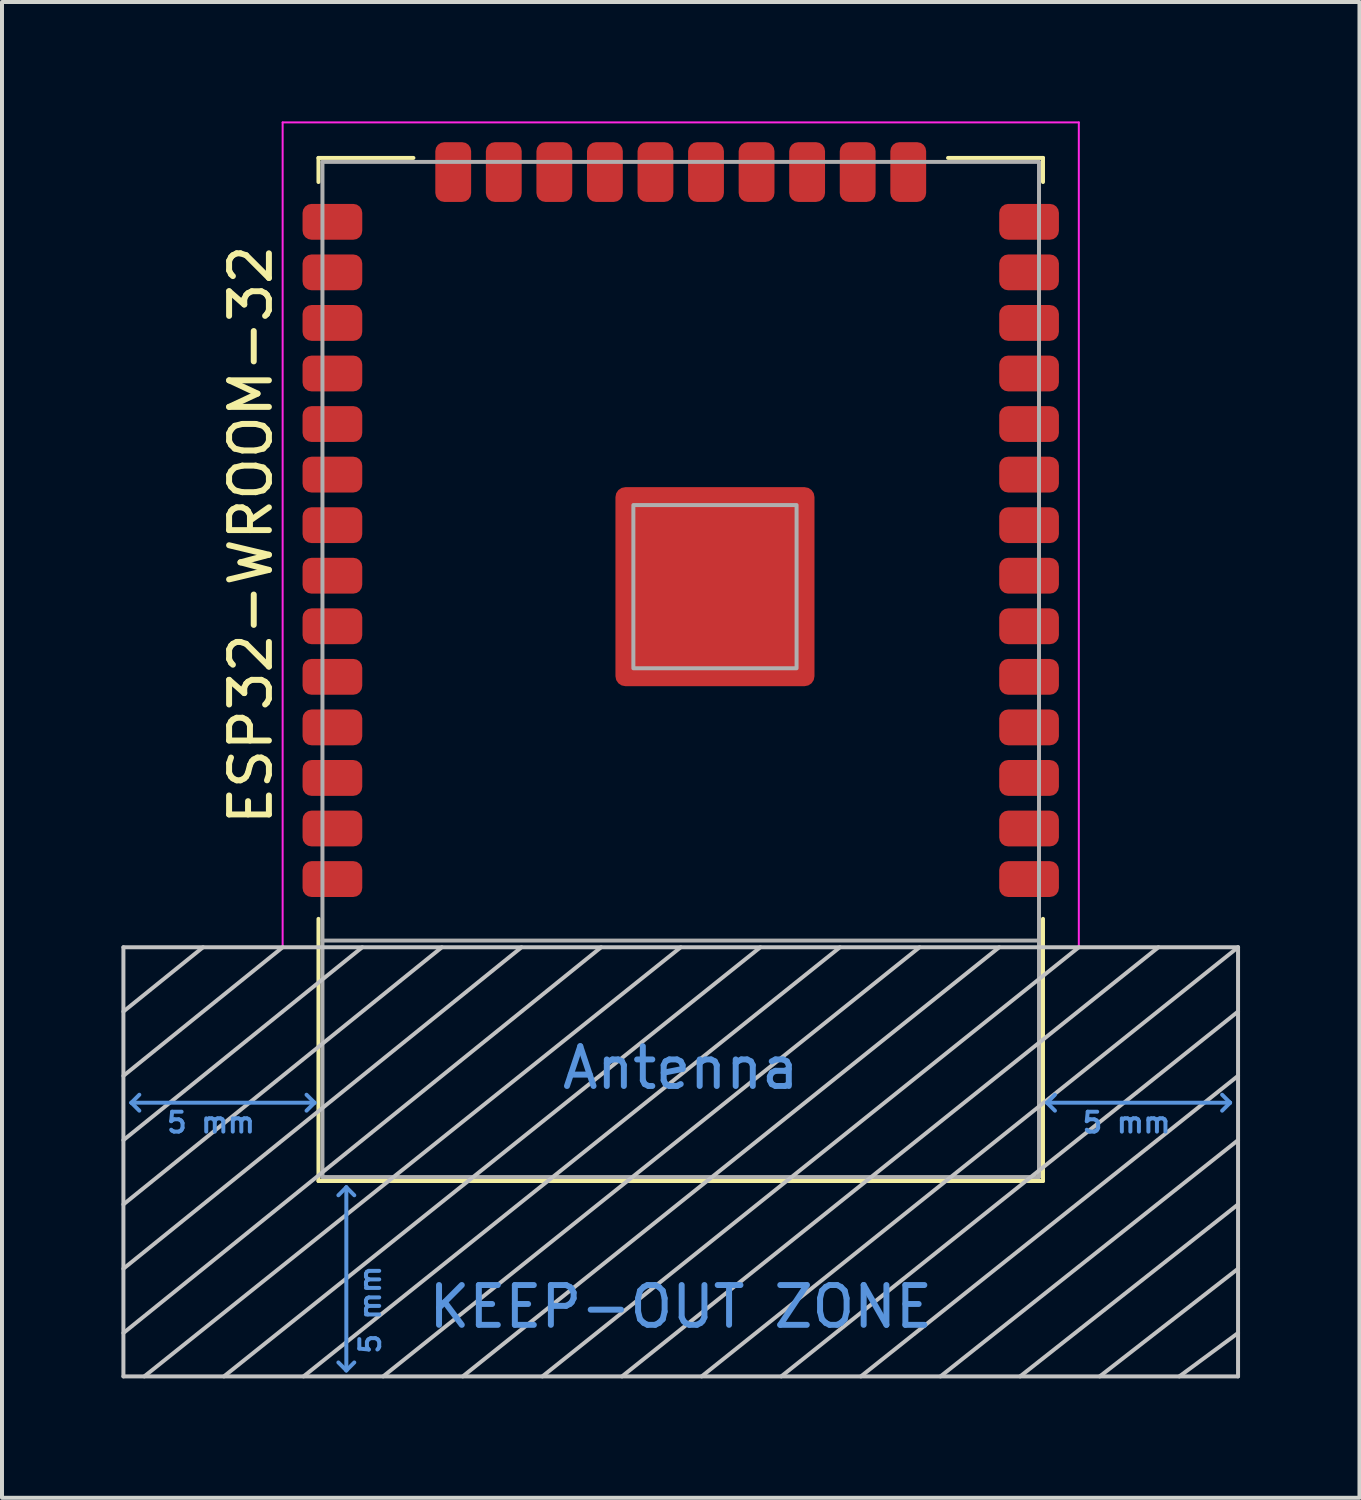
<source format=kicad_pcb>
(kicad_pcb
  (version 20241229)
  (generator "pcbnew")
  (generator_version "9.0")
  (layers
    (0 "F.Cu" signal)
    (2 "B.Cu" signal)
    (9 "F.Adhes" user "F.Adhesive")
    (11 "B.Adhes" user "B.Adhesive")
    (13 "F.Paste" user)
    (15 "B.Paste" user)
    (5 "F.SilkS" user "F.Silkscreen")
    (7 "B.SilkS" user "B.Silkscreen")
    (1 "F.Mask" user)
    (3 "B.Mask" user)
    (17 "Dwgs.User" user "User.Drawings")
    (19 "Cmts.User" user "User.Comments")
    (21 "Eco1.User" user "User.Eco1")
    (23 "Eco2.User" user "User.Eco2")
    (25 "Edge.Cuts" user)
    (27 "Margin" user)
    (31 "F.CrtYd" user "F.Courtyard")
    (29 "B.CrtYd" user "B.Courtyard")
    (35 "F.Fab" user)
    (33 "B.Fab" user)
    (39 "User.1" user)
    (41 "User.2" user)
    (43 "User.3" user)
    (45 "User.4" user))
  (footprint "ESP32-WROOM-32"
    (layer "F.Cu")
    (at 14.08 10.189)
    (property "Reference" "ESP32-WROOM-32" (at -10.83 0.196 90) (layer "F.SilkS") (effects (font (size 1 1) (thickness 0.15))))
    (attr smd)
    (fp_line (start -9.13 -9.272) (end -6.745 -9.272) (stroke (width 0.1) (type solid)) (layer "F.SilkS"))
    (fp_line (start -9.13 -8.667) (end -9.13 -9.272) (stroke (width 0.1) (type solid)) (layer "F.SilkS"))
    (fp_line (start -9.13 16.428) (end -9.13 9.843) (stroke (width 0.1) (type solid)) (layer "F.SilkS"))
    (fp_line (start 9.07 -9.272) (end 6.685 -9.272) (stroke (width 0.1) (type solid)) (layer "F.SilkS"))
    (fp_line (start 9.07 -8.667) (end 9.07 -9.272) (stroke (width 0.1) (type solid)) (layer "F.SilkS"))
    (fp_line (start 9.07 16.428) (end -9.13 16.428) (stroke (width 0.1) (type solid)) (layer "F.SilkS"))
    (fp_line (start 9.07 16.428) (end 9.07 9.843) (stroke (width 0.1) (type solid)) (layer "F.SilkS"))
    (fp_line (start -14.03 10.556) (end -14.03 21.336) (stroke (width 0.1) (type solid)) (layer "Dwgs.User"))
    (fp_line (start -14.03 10.556) (end 13.97 10.556) (stroke (width 0.1) (type solid)) (layer "Dwgs.User"))
    (fp_line (start -14.03 12.171) (end -12.03 10.556) (stroke (width 0.1) (type solid)) (layer "Dwgs.User"))
    (fp_line (start -14.03 13.786) (end -10.03 10.556) (stroke (width 0.1) (type solid)) (layer "Dwgs.User"))
    (fp_line (start -14.03 15.401) (end -8.03 10.556) (stroke (width 0.1) (type solid)) (layer "Dwgs.User"))
    (fp_line (start -14.03 17.016) (end -6.03 10.556) (stroke (width 0.1) (type solid)) (layer "Dwgs.User"))
    (fp_line (start -14.03 18.631) (end -4.03 10.556) (stroke (width 0.1) (type solid)) (layer "Dwgs.User"))
    (fp_line (start -14.03 20.246) (end -2.03 10.556) (stroke (width 0.1) (type solid)) (layer "Dwgs.User"))
    (fp_line (start -14.03 21.336) (end 13.97 21.336) (stroke (width 0.1) (type solid)) (layer "Dwgs.User"))
    (fp_line (start -13.505 21.336) (end -0.03 10.556) (stroke (width 0.1) (type solid)) (layer "Dwgs.User"))
    (fp_line (start -11.505 21.336) (end 1.97 10.556) (stroke (width 0.1) (type solid)) (layer "Dwgs.User"))
    (fp_line (start -9.505 21.336) (end 3.97 10.556) (stroke (width 0.1) (type solid)) (layer "Dwgs.User"))
    (fp_line (start -7.505 21.336) (end 5.97 10.556) (stroke (width 0.1) (type solid)) (layer "Dwgs.User"))
    (fp_line (start -3.505 21.336) (end 9.97 10.556) (stroke (width 0.1) (type solid)) (layer "Dwgs.User"))
    (fp_line (start -1.505 21.336) (end 11.97 10.556) (stroke (width 0.1) (type solid)) (layer "Dwgs.User"))
    (fp_line (start 0.495 21.336) (end 13.97 10.556) (stroke (width 0.1) (type solid)) (layer "Dwgs.User"))
    (fp_line (start 2.495 21.336) (end 13.97 12.171) (stroke (width 0.1) (type solid)) (layer "Dwgs.User"))
    (fp_line (start 4.495 21.336) (end 13.97 13.786) (stroke (width 0.1) (type solid)) (layer "Dwgs.User"))
    (fp_line (start 6.495 21.336) (end 13.97 15.401) (stroke (width 0.1) (type solid)) (layer "Dwgs.User"))
    (fp_line (start 7.97 10.556) (end -5.505 21.336) (stroke (width 0.1) (type solid)) (layer "Dwgs.User"))
    (fp_line (start 8.495 21.336) (end 13.97 17.016) (stroke (width 0.1) (type solid)) (layer "Dwgs.User"))
    (fp_line (start 10.495 21.336) (end 13.97 18.631) (stroke (width 0.1) (type solid)) (layer "Dwgs.User"))
    (fp_line (start 12.495 21.336) (end 13.97 20.246) (stroke (width 0.1) (type solid)) (layer "Dwgs.User"))
    (fp_line (start 13.97 10.556) (end 13.97 21.336) (stroke (width 0.1) (type solid)) (layer "Dwgs.User"))
    (fp_line (start -13.83 14.461) (end -13.63 14.261) (stroke (width 0.1) (type solid)) (layer "Cmts.User"))
    (fp_line (start -13.83 14.461) (end -13.63 14.661) (stroke (width 0.1) (type solid)) (layer "Cmts.User"))
    (fp_line (start -9.23 14.461) (end -13.83 14.461) (stroke (width 0.1) (type solid)) (layer "Cmts.User"))
    (fp_line (start -9.23 14.461) (end -9.43 14.261) (stroke (width 0.1) (type solid)) (layer "Cmts.User"))
    (fp_line (start -9.23 14.461) (end -9.43 14.661) (stroke (width 0.1) (type solid)) (layer "Cmts.User"))
    (fp_line (start -8.43 16.586) (end -8.63 16.786) (stroke (width 0.1) (type solid)) (layer "Cmts.User"))
    (fp_line (start -8.43 16.586) (end -8.43 21.186) (stroke (width 0.1) (type solid)) (layer "Cmts.User"))
    (fp_line (start -8.43 16.586) (end -8.23 16.786) (stroke (width 0.1) (type solid)) (layer "Cmts.User"))
    (fp_line (start -8.43 21.186) (end -8.63 20.986) (stroke (width 0.1) (type solid)) (layer "Cmts.User"))
    (fp_line (start -8.43 21.186) (end -8.23 20.986) (stroke (width 0.1) (type solid)) (layer "Cmts.User"))
    (fp_line (start 9.17 14.461) (end 9.37 14.261) (stroke (width 0.1) (type solid)) (layer "Cmts.User"))
    (fp_line (start 9.17 14.461) (end 9.37 14.661) (stroke (width 0.1) (type solid)) (layer "Cmts.User"))
    (fp_line (start 13.77 14.461) (end 9.17 14.461) (stroke (width 0.1) (type solid)) (layer "Cmts.User"))
    (fp_line (start 13.77 14.461) (end 13.57 14.261) (stroke (width 0.1) (type solid)) (layer "Cmts.User"))
    (fp_line (start 13.77 14.461) (end 13.57 14.661) (stroke (width 0.1) (type solid)) (layer "Cmts.User"))
    (fp_line (start -14.03 21.336) (end -14.03 10.556) (stroke (width 0.05) (type solid)) (layer "F.CrtYd"))
    (fp_line (start -10.03 10.556) (end -14.03 10.556) (stroke (width 0.05) (type solid)) (layer "F.CrtYd"))
    (fp_line (start -10.03 10.556) (end -10.03 -10.164) (stroke (width 0.05) (type solid)) (layer "F.CrtYd"))
    (fp_line (start 9.97 -10.164) (end -10.03 -10.164) (stroke (width 0.05) (type solid)) (layer "F.CrtYd"))
    (fp_line (start 9.97 -10.164) (end 9.97 10.556) (stroke (width 0.05) (type solid)) (layer "F.CrtYd"))
    (fp_line (start 13.97 10.556) (end 9.97 10.556) (stroke (width 0.05) (type solid)) (layer "F.CrtYd"))
    (fp_line (start 13.97 21.336) (end -14.03 21.336) (stroke (width 0.05) (type solid)) (layer "F.CrtYd"))
    (fp_line (start 13.97 21.336) (end 13.97 10.556) (stroke (width 0.05) (type solid)) (layer "F.CrtYd"))
    (fp_line (start -9.03 -9.172) (end -9.03 16.328) (stroke (width 0.1) (type solid)) (layer "F.Fab"))
    (fp_line (start 8.97 -9.172) (end -9.03 -9.172) (stroke (width 0.1) (type solid)) (layer "F.Fab"))
    (fp_line (start 8.97 10.388) (end -9.03 10.388) (stroke (width 0.1) (type solid)) (layer "F.Fab"))
    (fp_line (start 8.97 16.328) (end -9.03 16.328) (stroke (width 0.1) (type solid)) (layer "F.Fab"))
    (fp_line (start 8.97 16.328) (end 8.97 -9.172) (stroke (width 0.1) (type solid)) (layer "F.Fab"))
    (fp_poly (pts (xy -1.22 -0.552) (xy -1.22 3.548) (xy 2.88 3.548) (xy 2.88 -0.552)) (stroke (width 0.1) (type solid)) (fill no) (layer "F.Fab"))
    (fp_text user "5 mm" (at -7.83 19.661 90) (layer "Cmts.User") (effects (font (size 0.5 0.5) (thickness 0.1))))
    (fp_text user "5 mm" (at -11.83 14.961 180) (layer "Cmts.User") (effects (font (size 0.5 0.5) (thickness 0.1))))
    (fp_text user "KEEP-OUT ZONE" (at -0.03 19.586 180) (layer "Cmts.User") (effects (font (size 1 1) (thickness 0.15))))
    (fp_text user "Antenna" (at -0.03 13.586 180) (layer "Cmts.User") (effects (font (size 1 1) (thickness 0.15))))
    (fp_text user "5 mm" (at 11.17 14.961 180) (layer "Cmts.User") (effects (font (size 0.5 0.5) (thickness 0.1))))
    (pad "" smd roundrect (at -0.83 -0.162 90) (size 1.445 1.445) (layers "F.Paste") (roundrect_rratio 0.069))
    (pad "" smd roundrect (at -0.83 1.498 90) (size 1.445 1.445) (layers "F.Paste") (roundrect_rratio 0.069))
    (pad "" smd roundrect (at -0.83 3.158 90) (size 1.445 1.445) (layers "F.Paste") (roundrect_rratio 0.069))
    (pad "" smd roundrect (at 0.83 -0.162 90) (size 1.445 1.445) (layers "F.Paste") (roundrect_rratio 0.069))
    (pad "" smd roundrect (at 0.83 1.498 90) (size 1.445 1.445) (layers "F.Paste") (roundrect_rratio 0.069))
    (pad "" smd roundrect (at 0.83 3.158 90) (size 1.445 1.445) (layers "F.Paste") (roundrect_rratio 0.069))
    (pad "" smd roundrect (at 2.49 -0.162 90) (size 1.445 1.445) (layers "F.Paste") (roundrect_rratio 0.069))
    (pad "" smd roundrect (at 2.49 1.498 90) (size 1.445 1.445) (layers "F.Paste") (roundrect_rratio 0.069))
    (pad "" smd roundrect (at 2.49 3.158 90) (size 1.445 1.445) (layers "F.Paste") (roundrect_rratio 0.069))
    (pad "1" smd roundrect (at 8.72 8.843 180) (size 1.5 0.9) (layers "F.Cu" "F.Mask" "F.Paste") (roundrect_rratio 0.25))
    (pad "2" smd roundrect (at 8.72 7.573 180) (size 1.5 0.9) (layers "F.Cu" "F.Mask" "F.Paste") (roundrect_rratio 0.25))
    (pad "3" smd roundrect (at 8.72 6.303 180) (size 1.5 0.9) (layers "F.Cu" "F.Mask" "F.Paste") (roundrect_rratio 0.25))
    (pad "4" smd roundrect (at 8.72 5.033 180) (size 1.5 0.9) (layers "F.Cu" "F.Mask" "F.Paste") (roundrect_rratio 0.25))
    (pad "5" smd roundrect (at 8.72 3.763 180) (size 1.5 0.9) (layers "F.Cu" "F.Mask" "F.Paste") (roundrect_rratio 0.25))
    (pad "6" smd roundrect (at 8.72 2.493 180) (size 1.5 0.9) (layers "F.Cu" "F.Mask" "F.Paste") (roundrect_rratio 0.25))
    (pad "7" smd roundrect (at 8.72 1.223 180) (size 1.5 0.9) (layers "F.Cu" "F.Mask" "F.Paste") (roundrect_rratio 0.25))
    (pad "8" smd roundrect (at 8.72 -0.047 180) (size 1.5 0.9) (layers "F.Cu" "F.Mask" "F.Paste") (roundrect_rratio 0.25))
    (pad "9" smd roundrect (at 8.72 -1.317 180) (size 1.5 0.9) (layers "F.Cu" "F.Mask" "F.Paste") (roundrect_rratio 0.25))
    (pad "10" smd roundrect (at 8.72 -2.587 180) (size 1.5 0.9) (layers "F.Cu" "F.Mask" "F.Paste") (roundrect_rratio 0.25))
    (pad "11" smd roundrect (at 8.72 -3.857 180) (size 1.5 0.9) (layers "F.Cu" "F.Mask" "F.Paste") (roundrect_rratio 0.25))
    (pad "12" smd roundrect (at 8.72 -5.127 180) (size 1.5 0.9) (layers "F.Cu" "F.Mask" "F.Paste") (roundrect_rratio 0.25))
    (pad "13" smd roundrect (at 8.72 -6.397 180) (size 1.5 0.9) (layers "F.Cu" "F.Mask" "F.Paste") (roundrect_rratio 0.25))
    (pad "14" smd roundrect (at 8.72 -7.667 180) (size 1.5 0.9) (layers "F.Cu" "F.Mask" "F.Paste") (roundrect_rratio 0.25))
    (pad "15" smd roundrect (at 5.685 -8.917 270) (size 1.5 0.9) (layers "F.Cu" "F.Mask" "F.Paste") (roundrect_rratio 0.25))
    (pad "16" smd roundrect (at 4.415 -8.917 270) (size 1.5 0.9) (layers "F.Cu" "F.Mask" "F.Paste") (roundrect_rratio 0.25))
    (pad "17" smd roundrect (at 3.145 -8.917 270) (size 1.5 0.9) (layers "F.Cu" "F.Mask" "F.Paste") (roundrect_rratio 0.25))
    (pad "18" smd roundrect (at 1.875 -8.917 270) (size 1.5 0.9) (layers "F.Cu" "F.Mask" "F.Paste") (roundrect_rratio 0.25))
    (pad "19" smd roundrect (at 0.605 -8.917 270) (size 1.5 0.9) (layers "F.Cu" "F.Mask" "F.Paste") (roundrect_rratio 0.25))
    (pad "20" smd roundrect (at -0.665 -8.917 270) (size 1.5 0.9) (layers "F.Cu" "F.Mask" "F.Paste") (roundrect_rratio 0.25))
    (pad "21" smd roundrect (at -1.935 -8.917 270) (size 1.5 0.9) (layers "F.Cu" "F.Mask" "F.Paste") (roundrect_rratio 0.25))
    (pad "22" smd roundrect (at -3.205 -8.917 270) (size 1.5 0.9) (layers "F.Cu" "F.Mask" "F.Paste") (roundrect_rratio 0.25))
    (pad "23" smd roundrect (at -4.475 -8.917 270) (size 1.5 0.9) (layers "F.Cu" "F.Mask" "F.Paste") (roundrect_rratio 0.25))
    (pad "24" smd roundrect (at -5.745 -8.917 270) (size 1.5 0.9) (layers "F.Cu" "F.Mask" "F.Paste") (roundrect_rratio 0.25))
    (pad "25" smd roundrect (at -8.78 -7.667 180) (size 1.5 0.9) (layers "F.Cu" "F.Mask" "F.Paste") (roundrect_rratio 0.25))
    (pad "26" smd roundrect (at -8.78 -6.397 180) (size 1.5 0.9) (layers "F.Cu" "F.Mask" "F.Paste") (roundrect_rratio 0.25))
    (pad "27" smd roundrect (at -8.78 -5.127 180) (size 1.5 0.9) (layers "F.Cu" "F.Mask" "F.Paste") (roundrect_rratio 0.25))
    (pad "28" smd roundrect (at -8.78 -3.857 180) (size 1.5 0.9) (layers "F.Cu" "F.Mask" "F.Paste") (roundrect_rratio 0.25))
    (pad "29" smd roundrect (at -8.78 -2.587 180) (size 1.5 0.9) (layers "F.Cu" "F.Mask" "F.Paste") (roundrect_rratio 0.25))
    (pad "30" smd roundrect (at -8.78 -1.317 180) (size 1.5 0.9) (layers "F.Cu" "F.Mask" "F.Paste") (roundrect_rratio 0.25))
    (pad "31" smd roundrect (at -8.78 -0.047 180) (size 1.5 0.9) (layers "F.Cu" "F.Mask" "F.Paste") (roundrect_rratio 0.25))
    (pad "32" smd roundrect (at -8.78 1.223 180) (size 1.5 0.9) (layers "F.Cu" "F.Mask" "F.Paste") (roundrect_rratio 0.25))
    (pad "33" smd roundrect (at -8.78 2.493 180) (size 1.5 0.9) (layers "F.Cu" "F.Mask" "F.Paste") (roundrect_rratio 0.25))
    (pad "34" smd roundrect (at -8.78 3.763 180) (size 1.5 0.9) (layers "F.Cu" "F.Mask" "F.Paste") (roundrect_rratio 0.25))
    (pad "35" smd roundrect (at -8.78 5.033 180) (size 1.5 0.9) (layers "F.Cu" "F.Mask" "F.Paste") (roundrect_rratio 0.25))
    (pad "36" smd roundrect (at -8.78 6.303 180) (size 1.5 0.9) (layers "F.Cu" "F.Mask" "F.Paste") (roundrect_rratio 0.25))
    (pad "37" smd roundrect (at -8.78 7.573 180) (size 1.5 0.9) (layers "F.Cu" "F.Mask" "F.Paste") (roundrect_rratio 0.25))
    (pad "38" smd roundrect (at -8.78 8.843 180) (size 1.5 0.9) (layers "F.Cu" "F.Mask" "F.Paste") (roundrect_rratio 0.25))
    (pad "39" smd roundrect (at 0.83 1.498 180) (size 5 5) (layers "F.Cu" "F.Mask") (roundrect_rratio 0.05)))
  (gr_rect
    (start -3 -3)
    (end 31.1 34.575)
    (stroke (width 0.1) (type default))
    (fill no)
    (layer "Edge.Cuts")))
</source>
